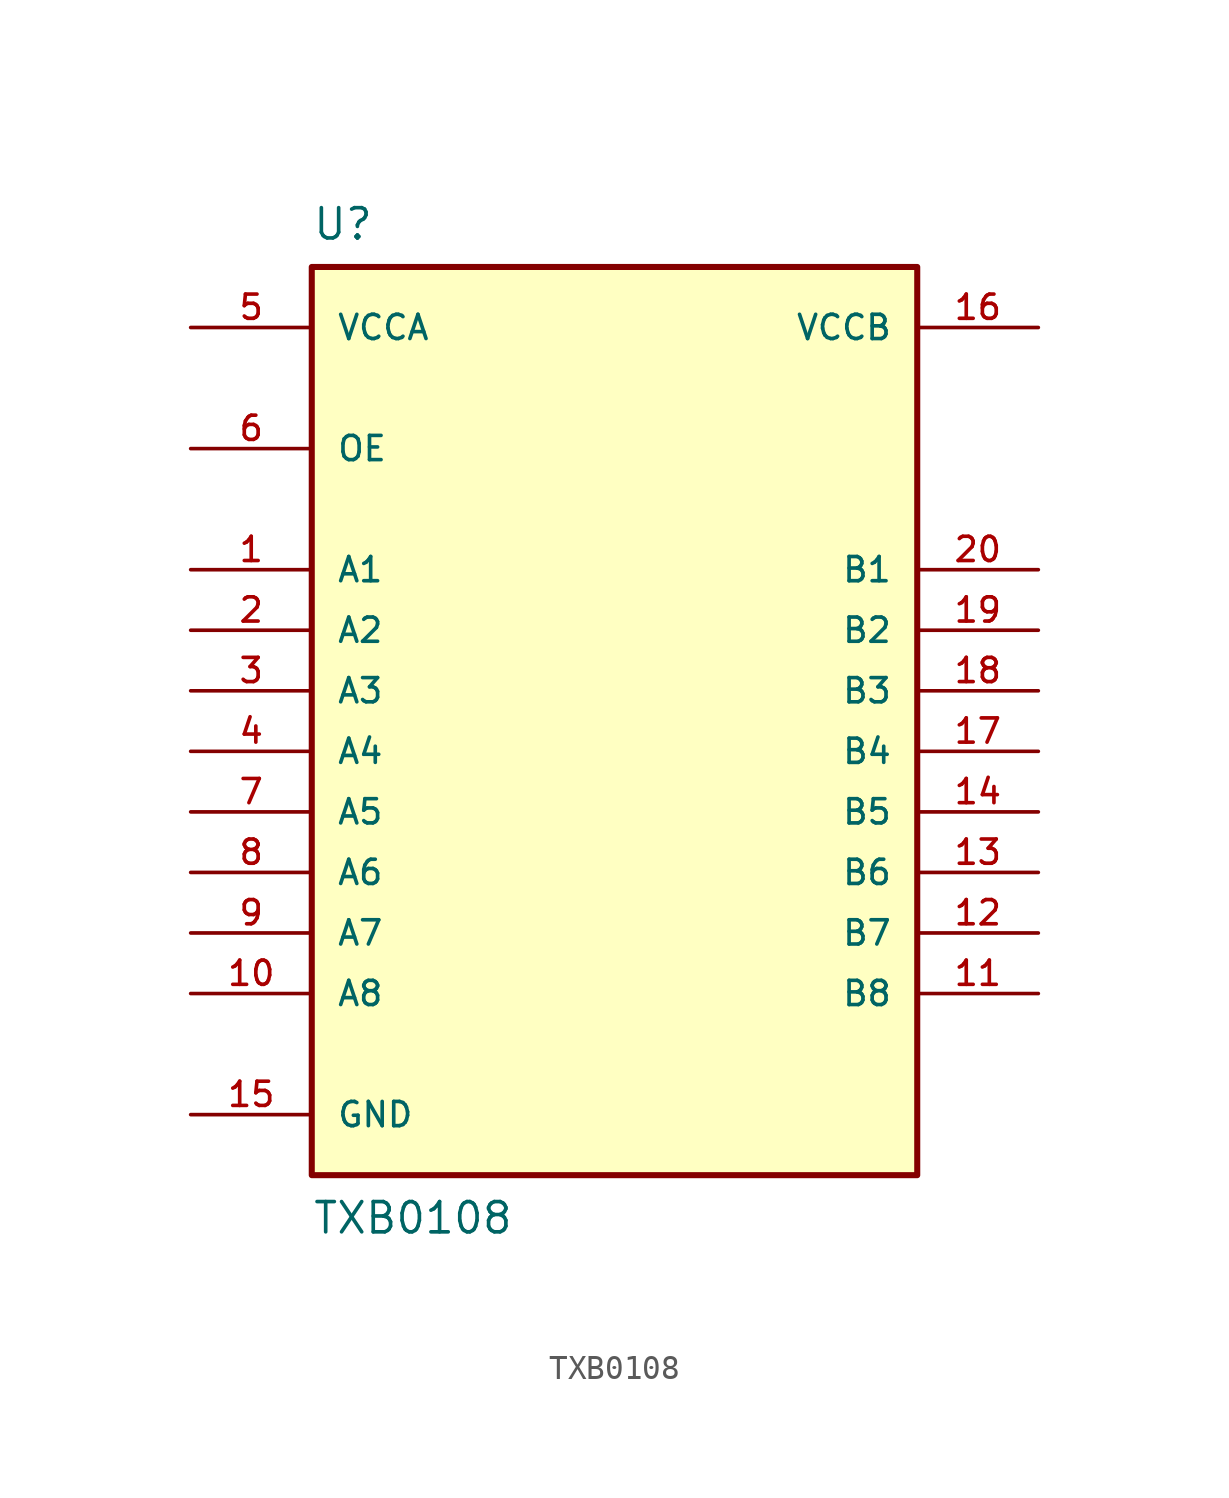
<source format=kicad_sym>
(kicad_symbol_lib
  (version 20211014)
  (generator kicad_symbol_editor)
  (symbol "TXB0108"
    (pin_names
      (offset 1.016))
    (property "Reference" "U"
      (at 0.0 40.64 0.0)
      (effects (font (size 1.27 1.27)) (justify top left)))
    (property "Value" "TXB0108"
      (at 0.0 -2.54 0)
      (effects (font (size 1.27 1.27)) (justify bottom left)))
    (symbol "TXB0108_0_0"
      (rectangle (start 0.0 3.5527136788e-15) (end 25.4 38.1) (stroke (width 0.254)) (fill (type background)))
      (pin bidirectional line (at -5.08 25.4 0) (length 5.08) (name "A1" (effects (font (size 1.016 1.016)))) (number "1" (effects (font (size 1.016 1.016)))))
      (pin bidirectional line (at -5.08 22.86 0) (length 5.08) (name "A2" (effects (font (size 1.016 1.016)))) (number "2" (effects (font (size 1.016 1.016)))))
      (pin bidirectional line (at -5.08 20.32 0) (length 5.08) (name "A3" (effects (font (size 1.016 1.016)))) (number "3" (effects (font (size 1.016 1.016)))))
      (pin bidirectional line (at -5.08 17.78 0) (length 5.08) (name "A4" (effects (font (size 1.016 1.016)))) (number "4" (effects (font (size 1.016 1.016)))))
      (pin bidirectional line (at -5.08 15.24 0) (length 5.08) (name "A5" (effects (font (size 1.016 1.016)))) (number "7" (effects (font (size 1.016 1.016)))))
      (pin bidirectional line (at -5.08 12.7 0) (length 5.08) (name "A6" (effects (font (size 1.016 1.016)))) (number "8" (effects (font (size 1.016 1.016)))))
      (pin bidirectional line (at -5.08 10.16 0) (length 5.08) (name "A7" (effects (font (size 1.016 1.016)))) (number "9" (effects (font (size 1.016 1.016)))))
      (pin bidirectional line (at -5.08 7.62 0) (length 5.08) (name "A8" (effects (font (size 1.016 1.016)))) (number "10" (effects (font (size 1.016 1.016)))))
      (pin bidirectional line (at 30.48 25.4 180.0) (length 5.08) (name "B1" (effects (font (size 1.016 1.016)))) (number "20" (effects (font (size 1.016 1.016)))))
      (pin bidirectional line (at 30.48 22.86 180.0) (length 5.08) (name "B2" (effects (font (size 1.016 1.016)))) (number "19" (effects (font (size 1.016 1.016)))))
      (pin bidirectional line (at 30.48 20.32 180.0) (length 5.08) (name "B3" (effects (font (size 1.016 1.016)))) (number "18" (effects (font (size 1.016 1.016)))))
      (pin bidirectional line (at 30.48 17.78 180.0) (length 5.08) (name "B4" (effects (font (size 1.016 1.016)))) (number "17" (effects (font (size 1.016 1.016)))))
      (pin bidirectional line (at 30.48 15.24 180.0) (length 5.08) (name "B5" (effects (font (size 1.016 1.016)))) (number "14" (effects (font (size 1.016 1.016)))))
      (pin bidirectional line (at 30.48 12.7 180.0) (length 5.08) (name "B6" (effects (font (size 1.016 1.016)))) (number "13" (effects (font (size 1.016 1.016)))))
      (pin bidirectional line (at 30.48 10.16 180.0) (length 5.08) (name "B7" (effects (font (size 1.016 1.016)))) (number "12" (effects (font (size 1.016 1.016)))))
      (pin bidirectional line (at 30.48 7.62 180.0) (length 5.08) (name "B8" (effects (font (size 1.016 1.016)))) (number "11" (effects (font (size 1.016 1.016)))))
      (pin bidirectional line (at -5.08 35.56 0) (length 5.08) (name "VCCA" (effects (font (size 1.016 1.016)))) (number "5" (effects (font (size 1.016 1.016)))))
      (pin bidirectional line (at 30.48 35.56 180.0) (length 5.08) (name "VCCB" (effects (font (size 1.016 1.016)))) (number "16" (effects (font (size 1.016 1.016)))))
      (pin bidirectional line (at -5.08 30.48 0) (length 5.08) (name "OE" (effects (font (size 1.016 1.016)))) (number "6" (effects (font (size 1.016 1.016)))))
      (pin bidirectional line (at -5.08 2.54 0) (length 5.08) (name "GND" (effects (font (size 1.016 1.016)))) (number "15" (effects (font (size 1.016 1.016))))))))
</source>
